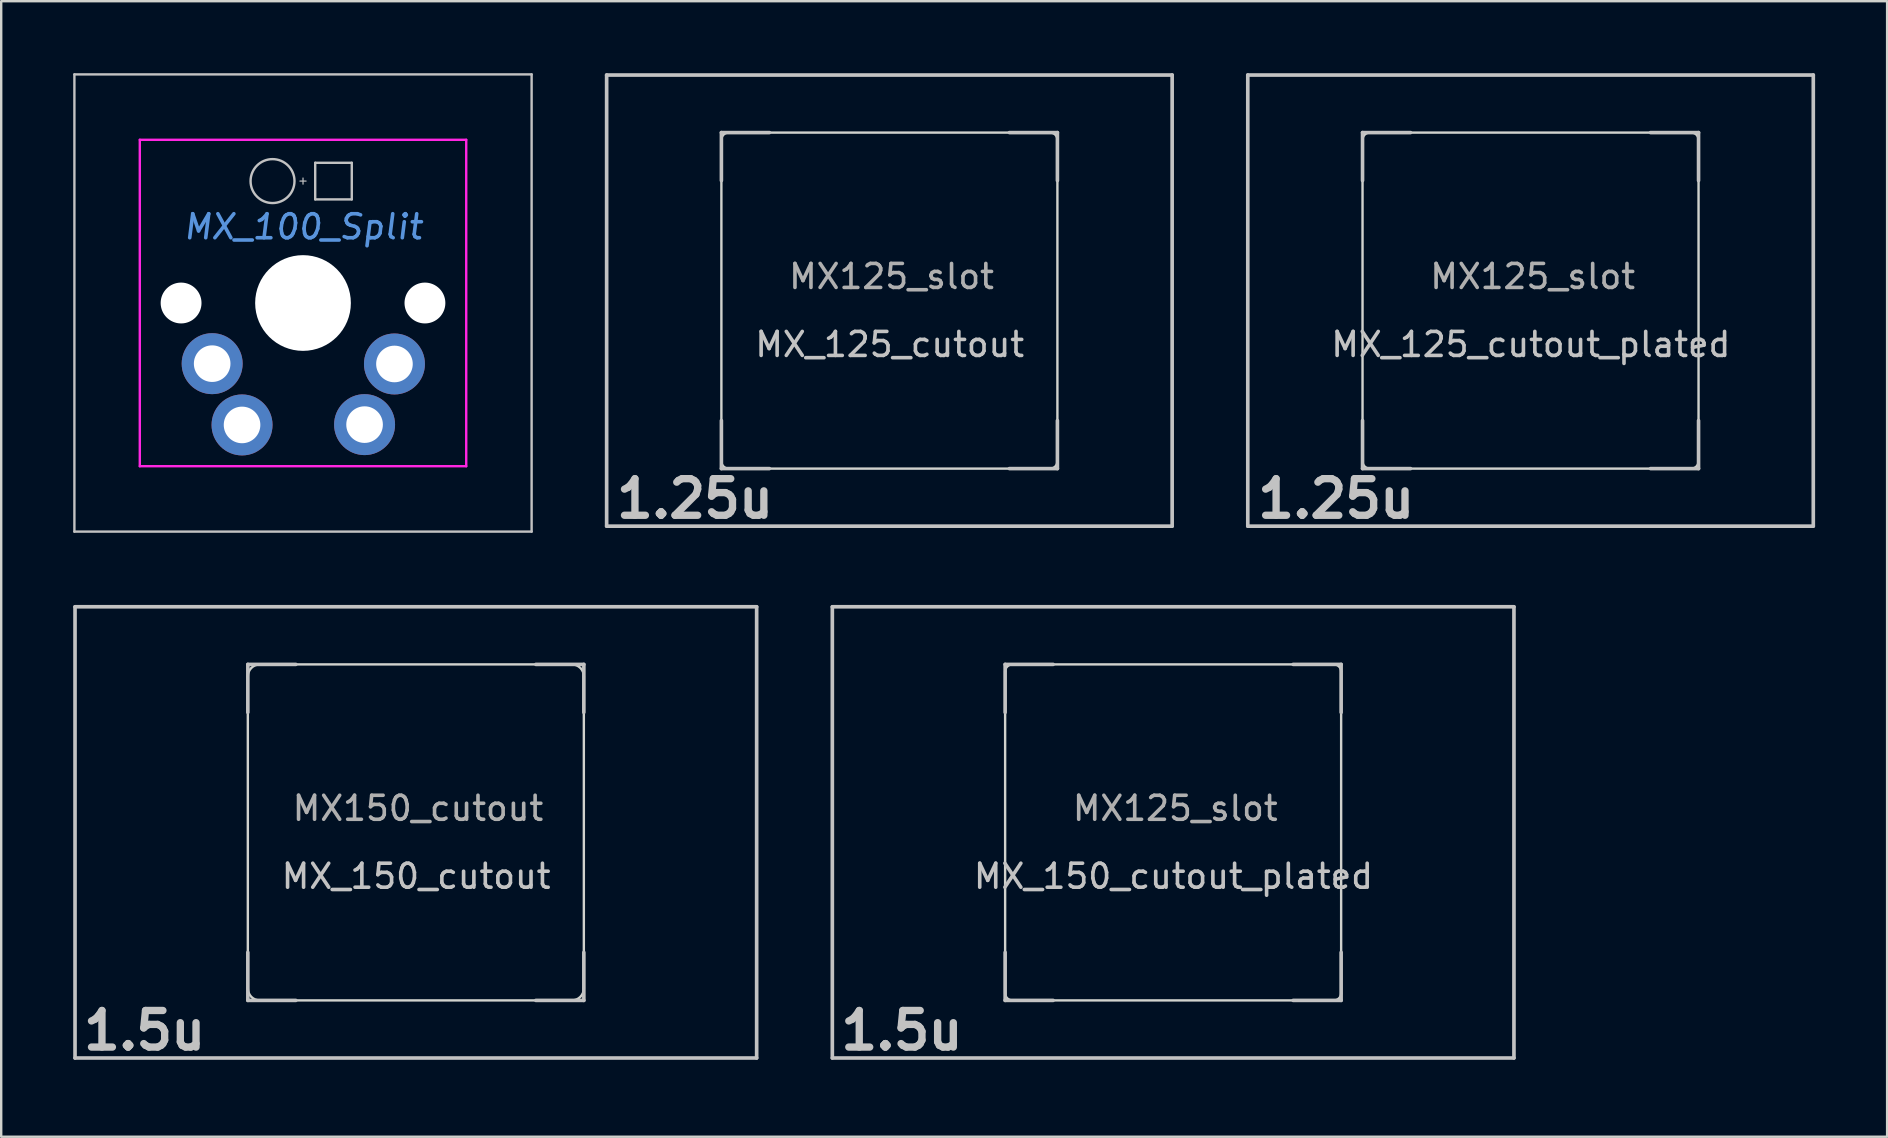
<source format=kicad_pcb>
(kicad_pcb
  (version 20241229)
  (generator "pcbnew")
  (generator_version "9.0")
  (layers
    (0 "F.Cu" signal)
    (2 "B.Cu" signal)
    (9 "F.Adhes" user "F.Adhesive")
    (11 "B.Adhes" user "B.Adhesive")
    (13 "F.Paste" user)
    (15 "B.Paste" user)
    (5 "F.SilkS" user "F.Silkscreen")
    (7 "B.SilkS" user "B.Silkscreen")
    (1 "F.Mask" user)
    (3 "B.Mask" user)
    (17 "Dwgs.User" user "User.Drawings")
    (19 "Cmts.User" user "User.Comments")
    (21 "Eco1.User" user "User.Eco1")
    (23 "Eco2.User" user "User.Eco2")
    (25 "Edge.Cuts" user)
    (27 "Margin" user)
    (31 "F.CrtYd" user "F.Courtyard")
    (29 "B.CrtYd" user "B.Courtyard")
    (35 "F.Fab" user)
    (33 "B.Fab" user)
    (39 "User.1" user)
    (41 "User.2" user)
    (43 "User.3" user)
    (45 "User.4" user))
  (footprint "MX_100_Split"
    (layer "F.Cu")
    (at 9.6 9.562)
    (property "Reference" "MX_100_Split" (at -0.025 -3.162 0) (layer "Cmts.User") (effects (font (size 1 1) (thickness 0.15) (italic yes))))
    (attr through_hole)
    (fp_line (start -9.55 -9.512) (end -9.55 9.538) (stroke (width 0.1) (type solid)) (layer "Dwgs.User"))
    (fp_line (start -9.55 9.538) (end 9.5 9.538) (stroke (width 0.1) (type solid)) (layer "Dwgs.User"))
    (fp_line (start -0.152 -5.067) (end 0.102 -5.067) (stroke (width 0.05) (type solid)) (layer "Dwgs.User"))
    (fp_line (start -0.025 -4.94) (end -0.025 -5.194) (stroke (width 0.05) (type solid)) (layer "Dwgs.User"))
    (fp_line (start 0.483 -4.305) (end 0.483 -5.829) (stroke (width 0.1) (type solid)) (layer "Dwgs.User"))
    (fp_line (start 0.483 -4.305) (end 2.007 -4.305) (stroke (width 0.1) (type solid)) (layer "Dwgs.User"))
    (fp_line (start 2.007 -5.829) (end 0.483 -5.829) (stroke (width 0.1) (type solid)) (layer "Dwgs.User"))
    (fp_line (start 2.007 -5.829) (end 2.007 -4.305) (stroke (width 0.1) (type solid)) (layer "Dwgs.User"))
    (fp_line (start 9.5 -9.512) (end -9.55 -9.512) (stroke (width 0.1) (type solid)) (layer "Dwgs.User"))
    (fp_line (start 9.5 9.538) (end 9.5 -9.512) (stroke (width 0.1) (type solid)) (layer "Dwgs.User"))
    (fp_circle (center -1.295 -5.067) (end -0.38 -5.067) (stroke (width 0.1) (type solid)) (fill no) (layer "Dwgs.User"))
    (fp_line (start -8.026 -5.702) (end -8.026 -3.162) (stroke (width 0.1) (type solid)) (layer "Eco1.User"))
    (fp_line (start -8.026 5.728) (end -8.026 3.188) (stroke (width 0.1) (type solid)) (layer "Eco1.User"))
    (fp_line (start -7.772 -5.956) (end -7.264 -5.956) (stroke (width 0.1) (type solid)) (layer "Eco1.User"))
    (fp_line (start -7.772 -2.908) (end -7.264 -2.908) (stroke (width 0.1) (type solid)) (layer "Eco1.User"))
    (fp_line (start -7.772 2.934) (end -7.264 2.934) (stroke (width 0.1) (type solid)) (layer "Eco1.User"))
    (fp_line (start -7.772 5.982) (end -7.264 5.982) (stroke (width 0.1) (type solid)) (layer "Eco1.User"))
    (fp_line (start -7.01 -6.21) (end -7.01 -6.718) (stroke (width 0.1) (type solid)) (layer "Eco1.User"))
    (fp_line (start -7.01 2.68) (end -7.01 -2.654) (stroke (width 0.1) (type solid)) (layer "Eco1.User"))
    (fp_line (start -7.01 6.236) (end -7.01 6.744) (stroke (width 0.1) (type solid)) (layer "Eco1.User"))
    (fp_line (start -2.184 0.013) (end 2.134 0.013) (stroke (width 0.1) (type solid)) (layer "Eco1.User"))
    (fp_line (start -0.025 2.299) (end -0.025 -2.273) (stroke (width 0.1) (type solid)) (layer "Eco1.User"))
    (fp_line (start 6.706 -6.972) (end -6.756 -6.972) (stroke (width 0.1) (type solid)) (layer "Eco1.User"))
    (fp_line (start 6.706 6.998) (end -6.756 6.998) (stroke (width 0.1) (type solid)) (layer "Eco1.User"))
    (fp_line (start 6.96 -6.21) (end 6.96 -6.718) (stroke (width 0.1) (type solid)) (layer "Eco1.User"))
    (fp_line (start 6.96 -2.654) (end 6.96 2.68) (stroke (width 0.1) (type solid)) (layer "Eco1.User"))
    (fp_line (start 6.96 6.236) (end 6.96 6.744) (stroke (width 0.1) (type solid)) (layer "Eco1.User"))
    (fp_line (start 7.722 -5.956) (end 7.214 -5.956) (stroke (width 0.1) (type solid)) (layer "Eco1.User"))
    (fp_line (start 7.722 -2.908) (end 7.214 -2.908) (stroke (width 0.1) (type solid)) (layer "Eco1.User"))
    (fp_line (start 7.722 2.934) (end 7.214 2.934) (stroke (width 0.1) (type solid)) (layer "Eco1.User"))
    (fp_line (start 7.722 5.982) (end 7.214 5.982) (stroke (width 0.1) (type solid)) (layer "Eco1.User"))
    (fp_line (start 7.976 -5.702) (end 7.976 -3.162) (stroke (width 0.1) (type solid)) (layer "Eco1.User"))
    (fp_line (start 7.976 5.728) (end 7.976 3.188) (stroke (width 0.1) (type solid)) (layer "Eco1.User"))
    (fp_arc (start -8.0264 -5.7023) (mid -7.952005 -5.881905) (end -7.7724 -5.9563) (stroke (width 0.1) (type solid)) (layer "Eco1.User"))
    (fp_arc (start -8.0264 3.1877) (mid -7.952005 3.008095) (end -7.7724 2.9337) (stroke (width 0.1) (type solid)) (layer "Eco1.User"))
    (fp_arc (start -7.7724 -2.9083) (mid -7.952005 -2.982695) (end -8.0264 -3.1623) (stroke (width 0.1) (type solid)) (layer "Eco1.User"))
    (fp_arc (start -7.7724 5.9817) (mid -7.952005 5.907305) (end -8.0264 5.7277) (stroke (width 0.1) (type solid)) (layer "Eco1.User"))
    (fp_arc (start -7.2644 -2.9083) (mid -7.084795 -2.833905) (end -7.0104 -2.6543) (stroke (width 0.1) (type solid)) (layer "Eco1.User"))
    (fp_arc (start -7.2644 5.9817) (mid -7.084795 6.056095) (end -7.0104 6.2357) (stroke (width 0.1) (type solid)) (layer "Eco1.User"))
    (fp_arc (start -7.0104 -6.7183) (mid -6.936005 -6.897905) (end -6.7564 -6.9723) (stroke (width 0.1) (type solid)) (layer "Eco1.User"))
    (fp_arc (start -7.0104 -6.2103) (mid -7.084795 -6.030695) (end -7.2644 -5.9563) (stroke (width 0.1) (type solid)) (layer "Eco1.User"))
    (fp_arc (start -7.0104 2.6797) (mid -7.084795 2.859305) (end -7.2644 2.9337) (stroke (width 0.1) (type solid)) (layer "Eco1.User"))
    (fp_arc (start -6.7564 6.9977) (mid -6.936005 6.923305) (end -7.0104 6.7437) (stroke (width 0.1) (type solid)) (layer "Eco1.User"))
    (fp_arc (start 6.7056 -6.9723) (mid 6.885205 -6.897905) (end 6.9596 -6.7183) (stroke (width 0.1) (type solid)) (layer "Eco1.User"))
    (fp_arc (start 6.9596 -2.6543) (mid 7.033995 -2.833905) (end 7.2136 -2.9083) (stroke (width 0.1) (type solid)) (layer "Eco1.User"))
    (fp_arc (start 6.9596 6.2357) (mid 7.033995 6.056095) (end 7.2136 5.9817) (stroke (width 0.1) (type solid)) (layer "Eco1.User"))
    (fp_arc (start 6.9596 6.7437) (mid 6.885205 6.923305) (end 6.7056 6.9977) (stroke (width 0.1) (type solid)) (layer "Eco1.User"))
    (fp_arc (start 7.2136 -5.9563) (mid 7.033995 -6.030695) (end 6.9596 -6.2103) (stroke (width 0.1) (type solid)) (layer "Eco1.User"))
    (fp_arc (start 7.2136 2.9337) (mid 7.033995 2.859305) (end 6.9596 2.6797) (stroke (width 0.1) (type solid)) (layer "Eco1.User"))
    (fp_arc (start 7.7216 -5.9563) (mid 7.901205 -5.881905) (end 7.9756 -5.7023) (stroke (width 0.1) (type solid)) (layer "Eco1.User"))
    (fp_arc (start 7.7216 2.9337) (mid 7.901205 3.008095) (end 7.9756 3.1877) (stroke (width 0.1) (type solid)) (layer "Eco1.User"))
    (fp_arc (start 7.9756 -3.1623) (mid 7.901205 -2.982695) (end 7.7216 -2.9083) (stroke (width 0.1) (type solid)) (layer "Eco1.User"))
    (fp_arc (start 7.9756 5.7277) (mid 7.901205 5.907305) (end 7.7216 5.9817) (stroke (width 0.1) (type solid)) (layer "Eco1.User"))
    (fp_circle (center -0.025 0.013) (end 1.88 0.013) (stroke (width 0.1) (type solid)) (fill no) (layer "Eco1.User"))
    (fp_line (start -6.825 -6.787) (end 6.775 -6.787) (stroke (width 0.1) (type solid)) (layer "F.CrtYd"))
    (fp_line (start -6.825 6.813) (end -6.825 -6.787) (stroke (width 0.1) (type solid)) (layer "F.CrtYd"))
    (fp_line (start -6.825 6.813) (end 6.775 6.813) (stroke (width 0.1) (type solid)) (layer "F.CrtYd"))
    (fp_line (start 6.775 6.813) (end 6.775 -6.787) (stroke (width 0.1) (type solid)) (layer "F.CrtYd"))
    (pad "" np_thru_hole circle (at -5.105 0.013) (size 1.702 1.702) (drill 1.702) (layers "*.Cu" "*.Mask"))
    (pad "" np_thru_hole circle (at -0.025 0.013) (size 3.988 3.988) (drill 3.988) (layers "*.Cu" "*.Mask"))
    (pad "" np_thru_hole circle (at 5.055 0.013) (size 1.702 1.702) (drill 1.702) (layers "*.Cu" "*.Mask"))
    (pad "1" thru_hole circle (at -3.81 2.54 270) (size 2.54 2.54) (drill 1.525) (layers "*.Cu" "*.Mask"))
    (pad "1" thru_hole circle (at 3.785 2.553 270) (size 2.54 2.54) (drill 1.525) (layers "*.Cu" "*.Mask"))
    (pad "2" thru_hole circle (at -2.565 5.093) (size 2.54 2.54) (drill 1.525) (layers "*.Cu" "*.Mask"))
    (pad "2" thru_hole circle (at 2.54 5.08 180) (size 2.54 2.54) (drill 1.525) (layers "*.Cu" "*.Mask")))
  (footprint "MX_125_cutout_plated"
    (layer "F.Cu")
    (at 60.72 9.474)
    (property "Reference" "MX_125_cutout_plated" (at 0.013 1.829 0) (layer "Dwgs.User") (effects (font (size 1 1) (thickness 0.15))))
    (attr through_hole)
    (fp_line (start -7 -6.4) (end -7 6.4) (stroke (width 2) (type solid)) (layer "F.Mask"))
    (fp_line (start -6.4 -7) (end 6.4 -7) (stroke (width 2) (type solid)) (layer "F.Mask"))
    (fp_line (start -6.4 7) (end 6.4 7) (stroke (width 2) (type solid)) (layer "F.Mask"))
    (fp_line (start 7 -6.4) (end 7 6.4) (stroke (width 2) (type solid)) (layer "F.Mask"))
    (fp_arc (start -7 -6.4) (mid -6.824264 -6.824264) (end -6.4 -7) (stroke (width 2) (type solid)) (layer "F.Mask"))
    (fp_arc (start -6.4 7) (mid -6.824264 6.824264) (end -7 6.4) (stroke (width 2) (type solid)) (layer "F.Mask"))
    (fp_arc (start 6.4 -7) (mid 6.824264 -6.824264) (end 7 -6.4) (stroke (width 2) (type solid)) (layer "F.Mask"))
    (fp_arc (start 7 6.4) (mid 6.824264 6.824264) (end 6.4 7) (stroke (width 2) (type solid)) (layer "F.Mask"))
    (fp_line (start -7 -6.4) (end -7 6.4) (stroke (width 2) (type solid)) (layer "B.Mask"))
    (fp_line (start -6.4 -7) (end 6.4 -7) (stroke (width 2) (type solid)) (layer "B.Mask"))
    (fp_line (start -6.4 7) (end 6.4 7) (stroke (width 2) (type solid)) (layer "B.Mask"))
    (fp_line (start 7 -6.4) (end 7 6.4) (stroke (width 2) (type solid)) (layer "B.Mask"))
    (fp_arc (start -7 -6.4) (mid -6.824264 -6.824264) (end -6.4 -7) (stroke (width 2) (type solid)) (layer "B.Mask"))
    (fp_arc (start -6.4 7) (mid -6.824264 6.824264) (end -7 6.4) (stroke (width 2) (type solid)) (layer "B.Mask"))
    (fp_arc (start 6.4 -7) (mid 6.824264 -6.824264) (end 7 -6.4) (stroke (width 2) (type solid)) (layer "B.Mask"))
    (fp_arc (start 7 6.4) (mid 6.824264 6.824264) (end 6.4 7) (stroke (width 2) (type solid)) (layer "B.Mask"))
    (fp_line (start -11.781 -9.398) (end 11.781 -9.398) (stroke (width 0.152) (type solid)) (layer "Dwgs.User"))
    (fp_line (start -11.781 9.398) (end -11.781 -9.398) (stroke (width 0.152) (type solid)) (layer "Dwgs.User"))
    (fp_line (start -7 -7) (end -7 -5) (stroke (width 0.15) (type solid)) (layer "Dwgs.User"))
    (fp_line (start -7 5) (end -7 7) (stroke (width 0.15) (type solid)) (layer "Dwgs.User"))
    (fp_line (start -7 7) (end -5 7) (stroke (width 0.15) (type solid)) (layer "Dwgs.User"))
    (fp_line (start -5 -7) (end -7 -7) (stroke (width 0.15) (type solid)) (layer "Dwgs.User"))
    (fp_line (start 5 -7) (end 7 -7) (stroke (width 0.15) (type solid)) (layer "Dwgs.User"))
    (fp_line (start 5 7) (end 7 7) (stroke (width 0.15) (type solid)) (layer "Dwgs.User"))
    (fp_line (start 7 -7) (end 7 -5) (stroke (width 0.15) (type solid)) (layer "Dwgs.User"))
    (fp_line (start 7 7) (end 7 5) (stroke (width 0.15) (type solid)) (layer "Dwgs.User"))
    (fp_line (start 11.781 -9.398) (end 11.781 9.398) (stroke (width 0.152) (type solid)) (layer "Dwgs.User"))
    (fp_line (start 11.781 9.398) (end -11.781 9.398) (stroke (width 0.152) (type solid)) (layer "Dwgs.User"))
    (fp_line (start -7 6.7) (end -7 -6.7) (stroke (width 0.1) (type solid)) (layer "Edge.Cuts"))
    (fp_line (start 6.7 -7) (end -6.7 -7) (stroke (width 0.1) (type solid)) (layer "Edge.Cuts"))
    (fp_line (start 6.7 7) (end -6.7 7) (stroke (width 0.1) (type solid)) (layer "Edge.Cuts"))
    (fp_line (start 7 6.7) (end 7 -6.7) (stroke (width 0.1) (type solid)) (layer "Edge.Cuts"))
    (fp_arc (start -7 -6.7) (mid -6.912132 -6.912132) (end -6.7 -7) (stroke (width 0.1) (type solid)) (layer "Edge.Cuts"))
    (fp_arc (start -6.7 7) (mid -6.912132 6.912132) (end -7 6.7) (stroke (width 0.1) (type solid)) (layer "Edge.Cuts"))
    (fp_arc (start 6.7 -7) (mid 6.912132 -6.912132) (end 7 -6.7) (stroke (width 0.1) (type solid)) (layer "Edge.Cuts"))
    (fp_arc (start 7 6.7) (mid 6.912132 6.912132) (end 6.7 7) (stroke (width 0.1) (type solid)) (layer "Edge.Cuts"))
    (fp_text user "1.25u" (at -8.098 8.255 0) (layer "Dwgs.User") (effects (font (size 1.524 1.524) (thickness 0.305))))
    (fp_text user "MX125_slot" (at 0.089 -1.003 0) (layer "F.Fab") (effects (font (size 1 1) (thickness 0.15)))))
  (footprint "MX_150_cutout"
    (layer "F.Cu")
    (at 14.276 31.632)
    (property "Reference" "MX_150_cutout" (at 0.013 1.829 0) (layer "Dwgs.User") (effects (font (size 1 1) (thickness 0.15))))
    (attr through_hole)
    (fp_line (start -14.2 -9.4) (end 14.2 -9.4) (stroke (width 0.152) (type solid)) (layer "Dwgs.User"))
    (fp_line (start -14.2 9.398) (end -14.2 -9.398) (stroke (width 0.152) (type solid)) (layer "Dwgs.User"))
    (fp_line (start -7 -7) (end -7 -5) (stroke (width 0.15) (type solid)) (layer "Dwgs.User"))
    (fp_line (start -7 5) (end -7 7) (stroke (width 0.15) (type solid)) (layer "Dwgs.User"))
    (fp_line (start -7 7) (end -5 7) (stroke (width 0.15) (type solid)) (layer "Dwgs.User"))
    (fp_line (start -5 -7) (end -7 -7) (stroke (width 0.15) (type solid)) (layer "Dwgs.User"))
    (fp_line (start 5 -7) (end 7 -7) (stroke (width 0.15) (type solid)) (layer "Dwgs.User"))
    (fp_line (start 5 7) (end 7 7) (stroke (width 0.15) (type solid)) (layer "Dwgs.User"))
    (fp_line (start 7 -7) (end 7 -5) (stroke (width 0.15) (type solid)) (layer "Dwgs.User"))
    (fp_line (start 7 7) (end 7 5) (stroke (width 0.15) (type solid)) (layer "Dwgs.User"))
    (fp_line (start 14.2 -9.398) (end 14.2 9.398) (stroke (width 0.152) (type solid)) (layer "Dwgs.User"))
    (fp_line (start 14.2 9.4) (end -14.2 9.4) (stroke (width 0.152) (type solid)) (layer "Dwgs.User"))
    (fp_line (start -7 6.5) (end -7 -6.5) (stroke (width 0.1) (type solid)) (layer "Edge.Cuts"))
    (fp_line (start 6.5 -7) (end -6.5 -7) (stroke (width 0.1) (type solid)) (layer "Edge.Cuts"))
    (fp_line (start 6.5 7) (end -6.5 7) (stroke (width 0.1) (type solid)) (layer "Edge.Cuts"))
    (fp_line (start 7 6.5) (end 7 -6.5) (stroke (width 0.1) (type solid)) (layer "Edge.Cuts"))
    (fp_arc (start -7 -6.5) (mid -6.853553 -6.853553) (end -6.5 -7) (stroke (width 0.1) (type solid)) (layer "Edge.Cuts"))
    (fp_arc (start -6.500001 7.000001) (mid -6.853554 6.853554) (end -7.000001 6.500001) (stroke (width 0.1) (type solid)) (layer "Edge.Cuts"))
    (fp_arc (start 6.500001 -7.000001) (mid 6.853554 -6.853554) (end 7.000001 -6.500001) (stroke (width 0.1) (type solid)) (layer "Edge.Cuts"))
    (fp_arc (start 7.000001 6.500001) (mid 6.853554 6.853554) (end 6.500001 7.000001) (stroke (width 0.1) (type solid)) (layer "Edge.Cuts"))
    (fp_text user "1.5u" (at -11.3 8.255 0) (layer "Dwgs.User") (effects (font (size 1.524 1.524) (thickness 0.305))))
    (fp_text user "MX150_cutout" (at 0.089 -1.003 0) (layer "F.Fab") (effects (font (size 1 1) (thickness 0.15)))))
  (footprint "MX_125_cutout"
    (layer "F.Cu")
    (at 34.007 9.474)
    (property "Reference" "MX_125_cutout" (at 0.013 1.829 0) (layer "Dwgs.User") (effects (font (size 1 1) (thickness 0.15))))
    (attr through_hole)
    (fp_line (start -11.781 -9.398) (end 11.781 -9.398) (stroke (width 0.152) (type solid)) (layer "Dwgs.User"))
    (fp_line (start -11.781 9.398) (end -11.781 -9.398) (stroke (width 0.152) (type solid)) (layer "Dwgs.User"))
    (fp_line (start -7 -7) (end -7 -5) (stroke (width 0.15) (type solid)) (layer "Dwgs.User"))
    (fp_line (start -7 5) (end -7 7) (stroke (width 0.15) (type solid)) (layer "Dwgs.User"))
    (fp_line (start -7 7) (end -5 7) (stroke (width 0.15) (type solid)) (layer "Dwgs.User"))
    (fp_line (start -5 -7) (end -7 -7) (stroke (width 0.15) (type solid)) (layer "Dwgs.User"))
    (fp_line (start 5 -7) (end 7 -7) (stroke (width 0.15) (type solid)) (layer "Dwgs.User"))
    (fp_line (start 5 7) (end 7 7) (stroke (width 0.15) (type solid)) (layer "Dwgs.User"))
    (fp_line (start 7 -7) (end 7 -5) (stroke (width 0.15) (type solid)) (layer "Dwgs.User"))
    (fp_line (start 7 7) (end 7 5) (stroke (width 0.15) (type solid)) (layer "Dwgs.User"))
    (fp_line (start 11.781 -9.398) (end 11.781 9.398) (stroke (width 0.152) (type solid)) (layer "Dwgs.User"))
    (fp_line (start 11.781 9.398) (end -11.781 9.398) (stroke (width 0.152) (type solid)) (layer "Dwgs.User"))
    (fp_line (start -7 6.7) (end -7 -6.7) (stroke (width 0.1) (type solid)) (layer "Edge.Cuts"))
    (fp_line (start 6.7 -7) (end -6.7 -7) (stroke (width 0.1) (type solid)) (layer "Edge.Cuts"))
    (fp_line (start 6.7 7) (end -6.7 7) (stroke (width 0.1) (type solid)) (layer "Edge.Cuts"))
    (fp_line (start 7 6.7) (end 7 -6.7) (stroke (width 0.1) (type solid)) (layer "Edge.Cuts"))
    (fp_arc (start -7 -6.7) (mid -6.912132 -6.912132) (end -6.7 -7) (stroke (width 0.1) (type solid)) (layer "Edge.Cuts"))
    (fp_arc (start -6.7 7) (mid -6.912132 6.912132) (end -7 6.7) (stroke (width 0.1) (type solid)) (layer "Edge.Cuts"))
    (fp_arc (start 6.7 -7) (mid 6.912132 -6.912132) (end 7 -6.7) (stroke (width 0.1) (type solid)) (layer "Edge.Cuts"))
    (fp_arc (start 7 6.7) (mid 6.912132 6.912132) (end 6.7 7) (stroke (width 0.1) (type solid)) (layer "Edge.Cuts"))
    (fp_text user "1.25u" (at -8.098 8.255 0) (layer "Dwgs.User") (effects (font (size 1.524 1.524) (thickness 0.305))))
    (fp_text user "MX125_slot" (at 0.089 -1.003 0) (layer "F.Fab") (effects (font (size 1 1) (thickness 0.15)))))
  (footprint "MX_150_cutout_plated"
    (layer "F.Cu")
    (at 45.829 31.632)
    (property "Reference" "MX_150_cutout_plated" (at 0.013 1.829 0) (layer "Dwgs.User") (effects (font (size 1 1) (thickness 0.15))))
    (attr through_hole)
    (fp_line (start -7 6.7) (end -7 -6.7) (stroke (width 2) (type solid)) (layer "F.Mask"))
    (fp_line (start 6.7 -7) (end -6.7 -7) (stroke (width 2) (type solid)) (layer "F.Mask"))
    (fp_line (start 6.7 7) (end -6.7 7) (stroke (width 2) (type solid)) (layer "F.Mask"))
    (fp_line (start 7 6.7) (end 7 -6.7) (stroke (width 2) (type solid)) (layer "F.Mask"))
    (fp_arc (start -6.7 7) (mid -6.912132 6.912132) (end -7 6.7) (stroke (width 2) (type solid)) (layer "F.Mask"))
    (fp_arc (start 6.7 -7) (mid 6.912132 -6.912132) (end 7 -6.7) (stroke (width 2) (type solid)) (layer "F.Mask"))
    (fp_arc (start 7 6.7) (mid 6.912132 6.912132) (end 6.7 7) (stroke (width 2) (type solid)) (layer "F.Mask"))
    (fp_line (start -7 6.7) (end -7 -6.7) (stroke (width 2) (type solid)) (layer "B.Mask"))
    (fp_line (start 6.7 -7) (end -6.7 -7) (stroke (width 2) (type solid)) (layer "B.Mask"))
    (fp_line (start 6.7 7) (end -6.7 7) (stroke (width 2) (type solid)) (layer "B.Mask"))
    (fp_line (start 7 6.7) (end 7 -6.7) (stroke (width 2) (type solid)) (layer "B.Mask"))
    (fp_arc (start -7 -6.7) (mid -6.912132 -6.912132) (end -6.7 -7) (stroke (width 2) (type solid)) (layer "B.Mask"))
    (fp_arc (start -6.7 7) (mid -6.912132 6.912132) (end -7 6.7) (stroke (width 2) (type solid)) (layer "B.Mask"))
    (fp_arc (start 6.7 -7) (mid 6.912132 -6.912132) (end 7 -6.7) (stroke (width 2) (type solid)) (layer "B.Mask"))
    (fp_arc (start 7 6.7) (mid 6.912132 6.912132) (end 6.7 7) (stroke (width 2) (type solid)) (layer "B.Mask"))
    (fp_line (start -14.2 -9.4) (end 14.2 -9.4) (stroke (width 0.152) (type solid)) (layer "Dwgs.User"))
    (fp_line (start -14.2 9.398) (end -14.2 -9.398) (stroke (width 0.152) (type solid)) (layer "Dwgs.User"))
    (fp_line (start -7 -7) (end -7 -5) (stroke (width 0.15) (type solid)) (layer "Dwgs.User"))
    (fp_line (start -7 5) (end -7 7) (stroke (width 0.15) (type solid)) (layer "Dwgs.User"))
    (fp_line (start -7 7) (end -5 7) (stroke (width 0.15) (type solid)) (layer "Dwgs.User"))
    (fp_line (start -5 -7) (end -7 -7) (stroke (width 0.15) (type solid)) (layer "Dwgs.User"))
    (fp_line (start 5 -7) (end 7 -7) (stroke (width 0.15) (type solid)) (layer "Dwgs.User"))
    (fp_line (start 5 7) (end 7 7) (stroke (width 0.15) (type solid)) (layer "Dwgs.User"))
    (fp_line (start 7 -7) (end 7 -5) (stroke (width 0.15) (type solid)) (layer "Dwgs.User"))
    (fp_line (start 7 7) (end 7 5) (stroke (width 0.15) (type solid)) (layer "Dwgs.User"))
    (fp_line (start 14.2 -9.398) (end 14.2 9.398) (stroke (width 0.152) (type solid)) (layer "Dwgs.User"))
    (fp_line (start 14.2 9.4) (end -14.2 9.4) (stroke (width 0.152) (type solid)) (layer "Dwgs.User"))
    (fp_line (start -7 6.7) (end -7 -6.7) (stroke (width 0.1) (type solid)) (layer "Edge.Cuts"))
    (fp_line (start 6.7 -7) (end -6.7 -7) (stroke (width 0.1) (type solid)) (layer "Edge.Cuts"))
    (fp_line (start 6.7 7) (end -6.7 7) (stroke (width 0.1) (type solid)) (layer "Edge.Cuts"))
    (fp_line (start 7 6.7) (end 7 -6.7) (stroke (width 0.1) (type solid)) (layer "Edge.Cuts"))
    (fp_arc (start -7 -6.7) (mid -6.912132 -6.912132) (end -6.7 -7) (stroke (width 0.1) (type solid)) (layer "Edge.Cuts"))
    (fp_arc (start -6.7 7) (mid -6.912132 6.912132) (end -7 6.7) (stroke (width 0.1) (type solid)) (layer "Edge.Cuts"))
    (fp_arc (start 6.7 -7) (mid 6.912132 -6.912132) (end 7 -6.7) (stroke (width 0.1) (type solid)) (layer "Edge.Cuts"))
    (fp_arc (start 7 6.7) (mid 6.912132 6.912132) (end 6.7 7) (stroke (width 0.1) (type solid)) (layer "Edge.Cuts"))
    (fp_text user "1.5u" (at -11.3 8.255 0) (layer "Dwgs.User") (effects (font (size 1.524 1.524) (thickness 0.305))))
    (fp_text user "MX125_slot" (at 0.089 -1.003 0) (layer "F.Fab") (effects (font (size 1 1) (thickness 0.15)))))
  (gr_rect
    (start -3 -3)
    (end 75.577 44.313)
    (stroke (width 0.1) (type default))
    (fill no)
    (layer "Edge.Cuts")))
</source>
